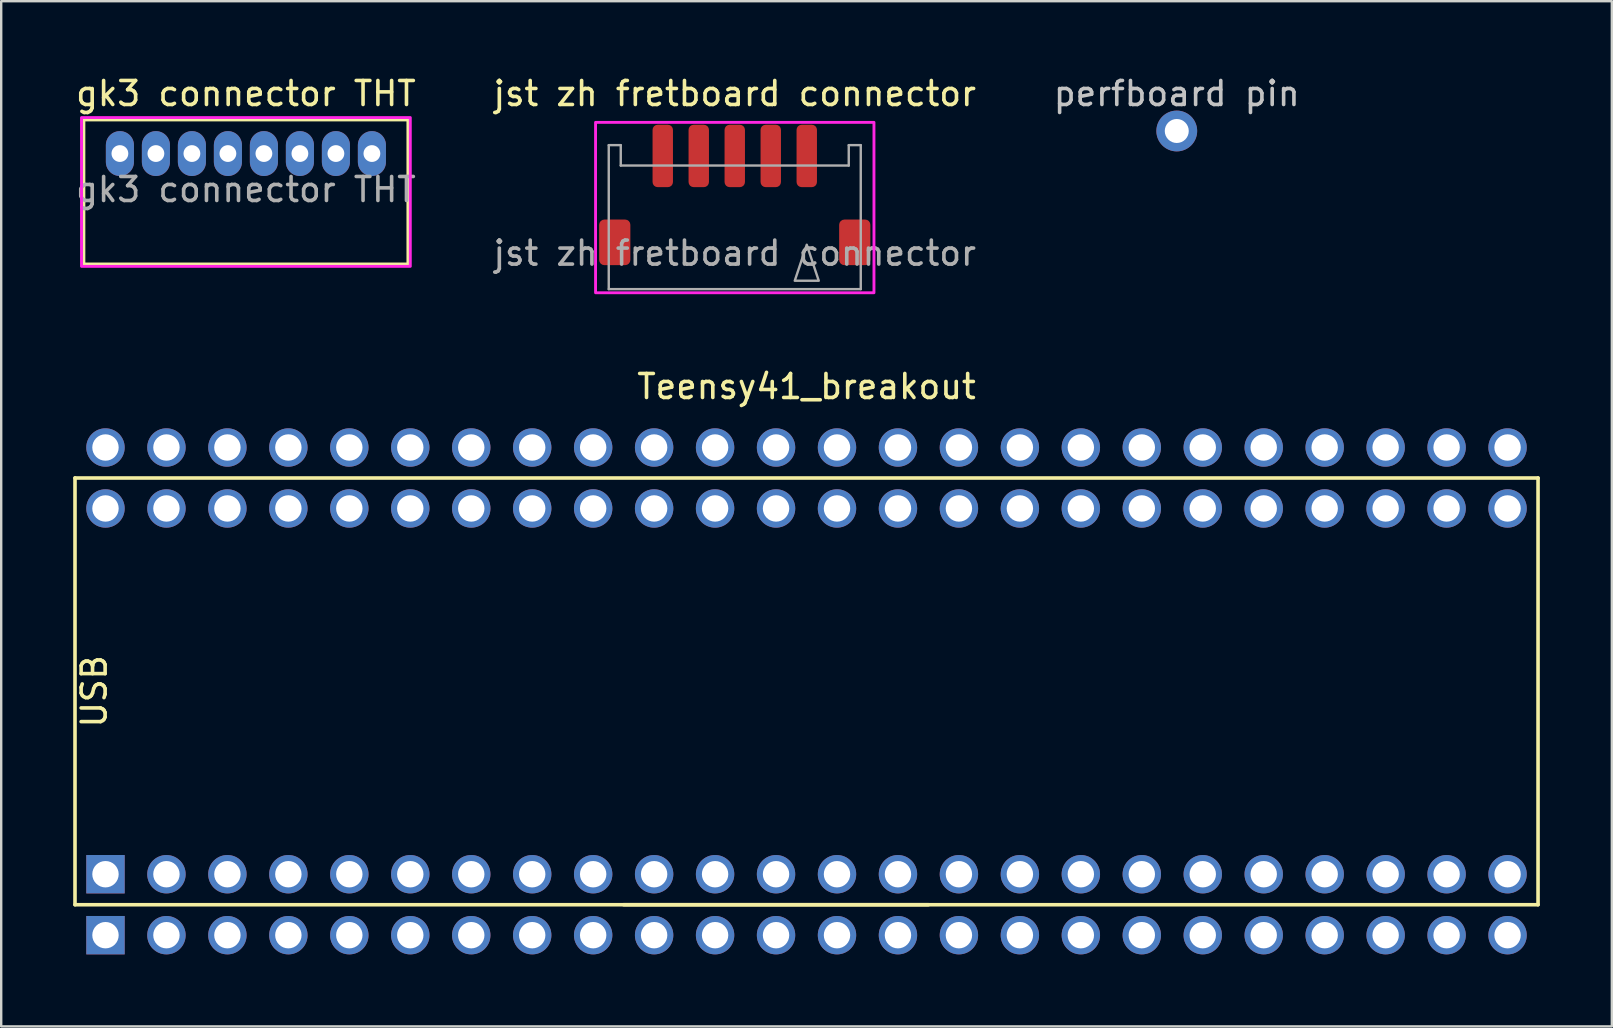
<source format=kicad_pcb>
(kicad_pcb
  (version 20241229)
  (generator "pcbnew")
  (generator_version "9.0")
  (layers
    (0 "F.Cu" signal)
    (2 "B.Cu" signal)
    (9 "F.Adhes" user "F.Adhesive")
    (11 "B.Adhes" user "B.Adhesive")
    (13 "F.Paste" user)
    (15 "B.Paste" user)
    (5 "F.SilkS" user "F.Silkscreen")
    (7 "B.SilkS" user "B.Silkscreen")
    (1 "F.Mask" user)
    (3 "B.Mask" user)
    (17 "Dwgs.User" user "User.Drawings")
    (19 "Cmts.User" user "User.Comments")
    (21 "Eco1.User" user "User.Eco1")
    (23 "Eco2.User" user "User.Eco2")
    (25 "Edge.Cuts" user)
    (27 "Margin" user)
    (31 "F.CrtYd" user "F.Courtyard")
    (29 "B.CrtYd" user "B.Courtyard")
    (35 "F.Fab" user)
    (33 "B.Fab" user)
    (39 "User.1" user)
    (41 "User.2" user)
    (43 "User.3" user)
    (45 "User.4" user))
  (footprint "jst zh fretboard connector"
    (layer "F.Cu")
    (at 27.565 5.648)
    (property "Reference" "jst zh fretboard connector" (at 0 -4.8 0) (layer "F.SilkS") (effects (font (size 1 1) (thickness 0.15))))
    (attr smd)
    (fp_rect (start -5.8 3.5) (end 5.8 -3.6) (stroke (width 0.12) (type default)) (fill no) (layer "F.CrtYd"))
    (fp_line (start -5.25 -2.65) (end -5.25 3.35) (stroke (width 0.1) (type default)) (layer "F.Fab"))
    (fp_line (start -5.25 3.35) (end 5.25 3.35) (stroke (width 0.1) (type default)) (layer "F.Fab"))
    (fp_line (start -4.75 -2.65) (end -5.25 -2.65) (stroke (width 0.1) (type default)) (layer "F.Fab"))
    (fp_line (start -4.75 -1.8) (end -4.75 -2.65) (stroke (width 0.1) (type default)) (layer "F.Fab"))
    (fp_line (start 4.75 -2.65) (end 4.75 -1.8) (stroke (width 0.1) (type default)) (layer "F.Fab"))
    (fp_line (start 4.75 -1.8) (end -4.75 -1.8) (stroke (width 0.1) (type default)) (layer "F.Fab"))
    (fp_line (start 5.25 -2.65) (end 4.75 -2.65) (stroke (width 0.1) (type default)) (layer "F.Fab"))
    (fp_line (start 5.25 3.35) (end 5.25 -2.65) (stroke (width 0.1) (type default)) (layer "F.Fab"))
    (fp_poly (pts (xy 3 1.5) (xy 2.5 3) (xy 3.5 3)) (stroke (width 0.1) (type solid)) (fill no) (layer "F.Fab"))
    (fp_text user "${REFERENCE}" (at 0 1.85 0) (layer "F.Fab") (effects (font (size 1 1) (thickness 0.15))))
    (pad "1" smd roundrect (at 3 -2.2) (size 0.85 2.6) (layers "F.Cu" "F.Mask" "F.Paste") (roundrect_rratio 0.25))
    (pad "2" smd roundrect (at 1.5 -2.2) (size 0.85 2.6) (layers "F.Cu" "F.Mask" "F.Paste") (roundrect_rratio 0.25))
    (pad "3" smd roundrect (at 0 -2.2) (size 0.85 2.6) (layers "F.Cu" "F.Mask" "F.Paste") (roundrect_rratio 0.25))
    (pad "4" smd roundrect (at -1.5 -2.2) (size 0.85 2.6) (layers "F.Cu" "F.Mask" "F.Paste") (roundrect_rratio 0.25))
    (pad "5" smd roundrect (at -3 -2.2) (size 0.85 2.6) (layers "F.Cu" "F.Mask" "F.Paste") (roundrect_rratio 0.25))
    (pad "6" smd roundrect (at -5 1.4) (size 1.3 1.9) (layers "F.Cu" "F.Mask" "F.Paste") (roundrect_rratio 0.167))
    (pad "6" smd roundrect (at 5 1.4) (size 1.3 1.9) (layers "F.Cu" "F.Mask" "F.Paste") (roundrect_rratio 0.167)))
  (footprint "gk3 connector THT"
    (layer "F.Cu")
    (at 1.946 3.348)
    (property "Reference" "gk3 connector THT" (at 5.25 -2.5 0) (layer "F.SilkS") (effects (font (size 1 1) (thickness 0.15))))
    (attr through_hole)
    (fp_rect (start -1.5 -1.4) (end 12 4.6) (stroke (width 0.12) (type default)) (fill no) (layer "F.SilkS"))
    (fp_rect (start -1.6 -1.5) (end 12.1 4.7) (stroke (width 0.12) (type default)) (fill no) (layer "F.CrtYd"))
    (fp_text user "${REFERENCE}" (at 5.25 1.5 0) (layer "F.Fab") (effects (font (size 1 1) (thickness 0.15))))
    (pad "1" thru_hole oval (at 0 0) (size 1.17 1.87) (drill 0.7) (layers "*.Cu" "*.Mask"))
    (pad "2" thru_hole oval (at 1.5 0) (size 1.17 1.87) (drill 0.7) (layers "*.Cu" "*.Mask"))
    (pad "3" thru_hole oval (at 3 0) (size 1.17 1.87) (drill 0.7) (layers "*.Cu" "*.Mask"))
    (pad "4" thru_hole oval (at 4.5 0) (size 1.17 1.87) (drill 0.7) (layers "*.Cu" "*.Mask"))
    (pad "5" thru_hole oval (at 6 0) (size 1.17 1.87) (drill 0.7) (layers "*.Cu" "*.Mask"))
    (pad "6" thru_hole oval (at 7.5 0) (size 1.17 1.87) (drill 0.7) (layers "*.Cu" "*.Mask"))
    (pad "7" thru_hole oval (at 9 0) (size 1.17 1.87) (drill 0.7) (layers "*.Cu" "*.Mask"))
    (pad "8" thru_hole oval (at 10.5 0) (size 1.17 1.87) (drill 0.7) (layers "*.Cu" "*.Mask")))
  (footprint "Teensy41_breakout"
    (layer "F.Cu")
    (at 30.555 25.756)
    (property "Reference" "Teensy41_breakout" (at 0 -12.7 0) (layer "F.SilkS") (effects (font (size 1 1) (thickness 0.15))))
    (attr through_hole)
    (fp_line (start -30.48 -8.89) (end 30.48 -8.89) (stroke (width 0.15) (type solid)) (layer "F.SilkS"))
    (fp_line (start -30.48 8.89) (end -30.48 -8.89) (stroke (width 0.15) (type solid)) (layer "F.SilkS"))
    (fp_line (start -7.62 8.89) (end 5.08 8.89) (stroke (width 0.15) (type solid)) (layer "F.SilkS"))
    (fp_line (start 30.48 -8.89) (end 30.48 8.89) (stroke (width 0.15) (type solid)) (layer "F.SilkS"))
    (fp_line (start 30.48 8.89) (end -30.48 8.89) (stroke (width 0.15) (type solid)) (layer "F.SilkS"))
    (fp_text user "USB" (at -29.68 0 270) (layer "F.SilkS") (effects (font (size 1 1) (thickness 0.15))))
    (pad "1" thru_hole rect (at -29.21 7.62) (size 1.6 1.6) (drill 1.1) (layers "*.Cu" "*.Mask"))
    (pad "1" thru_hole rect (at -29.21 10.16) (size 1.6 1.6) (drill 1.1) (layers "*.Cu" "*.Mask"))
    (pad "2" thru_hole circle (at -26.67 7.62) (size 1.6 1.6) (drill 1.1) (layers "*.Cu" "*.Mask"))
    (pad "2" thru_hole circle (at -26.67 10.16) (size 1.6 1.6) (drill 1.1) (layers "*.Cu" "*.Mask"))
    (pad "3" thru_hole circle (at -24.13 7.62) (size 1.6 1.6) (drill 1.1) (layers "*.Cu" "*.Mask"))
    (pad "3" thru_hole circle (at -24.13 10.16) (size 1.6 1.6) (drill 1.1) (layers "*.Cu" "*.Mask"))
    (pad "4" thru_hole circle (at -21.59 7.62) (size 1.6 1.6) (drill 1.1) (layers "*.Cu" "*.Mask"))
    (pad "4" thru_hole circle (at -21.59 10.16) (size 1.6 1.6) (drill 1.1) (layers "*.Cu" "*.Mask"))
    (pad "5" thru_hole circle (at -19.05 7.62) (size 1.6 1.6) (drill 1.1) (layers "*.Cu" "*.Mask"))
    (pad "5" thru_hole circle (at -19.05 10.16) (size 1.6 1.6) (drill 1.1) (layers "*.Cu" "*.Mask"))
    (pad "6" thru_hole circle (at -16.51 7.62) (size 1.6 1.6) (drill 1.1) (layers "*.Cu" "*.Mask"))
    (pad "6" thru_hole circle (at -16.51 10.16) (size 1.6 1.6) (drill 1.1) (layers "*.Cu" "*.Mask"))
    (pad "7" thru_hole circle (at -13.97 7.62) (size 1.6 1.6) (drill 1.1) (layers "*.Cu" "*.Mask"))
    (pad "7" thru_hole circle (at -13.97 10.16) (size 1.6 1.6) (drill 1.1) (layers "*.Cu" "*.Mask"))
    (pad "8" thru_hole circle (at -11.43 7.62) (size 1.6 1.6) (drill 1.1) (layers "*.Cu" "*.Mask"))
    (pad "8" thru_hole circle (at -11.43 10.16) (size 1.6 1.6) (drill 1.1) (layers "*.Cu" "*.Mask"))
    (pad "9" thru_hole circle (at -8.89 7.62) (size 1.6 1.6) (drill 1.1) (layers "*.Cu" "*.Mask"))
    (pad "9" thru_hole circle (at -8.89 10.16) (size 1.6 1.6) (drill 1.1) (layers "*.Cu" "*.Mask"))
    (pad "10" thru_hole circle (at -6.35 7.62) (size 1.6 1.6) (drill 1.1) (layers "*.Cu" "*.Mask"))
    (pad "10" thru_hole circle (at -6.35 10.16) (size 1.6 1.6) (drill 1.1) (layers "*.Cu" "*.Mask"))
    (pad "11" thru_hole circle (at -3.81 7.62) (size 1.6 1.6) (drill 1.1) (layers "*.Cu" "*.Mask"))
    (pad "11" thru_hole circle (at -3.81 10.16) (size 1.6 1.6) (drill 1.1) (layers "*.Cu" "*.Mask"))
    (pad "12" thru_hole circle (at -1.27 7.62) (size 1.6 1.6) (drill 1.1) (layers "*.Cu" "*.Mask"))
    (pad "12" thru_hole circle (at -1.27 10.16) (size 1.6 1.6) (drill 1.1) (layers "*.Cu" "*.Mask"))
    (pad "13" thru_hole circle (at 1.27 7.62) (size 1.6 1.6) (drill 1.1) (layers "*.Cu" "*.Mask"))
    (pad "13" thru_hole circle (at 1.27 10.16) (size 1.6 1.6) (drill 1.1) (layers "*.Cu" "*.Mask"))
    (pad "14" thru_hole circle (at 3.81 7.62) (size 1.6 1.6) (drill 1.1) (layers "*.Cu" "*.Mask"))
    (pad "14" thru_hole circle (at 3.81 10.16) (size 1.6 1.6) (drill 1.1) (layers "*.Cu" "*.Mask"))
    (pad "15" thru_hole circle (at 6.35 7.62) (size 1.6 1.6) (drill 1.1) (layers "*.Cu" "*.Mask"))
    (pad "15" thru_hole circle (at 6.35 10.16) (size 1.6 1.6) (drill 1.1) (layers "*.Cu" "*.Mask"))
    (pad "16" thru_hole circle (at 8.89 7.62) (size 1.6 1.6) (drill 1.1) (layers "*.Cu" "*.Mask"))
    (pad "16" thru_hole circle (at 8.89 10.16) (size 1.6 1.6) (drill 1.1) (layers "*.Cu" "*.Mask"))
    (pad "17" thru_hole circle (at 11.43 7.62) (size 1.6 1.6) (drill 1.1) (layers "*.Cu" "*.Mask"))
    (pad "17" thru_hole circle (at 11.43 10.16) (size 1.6 1.6) (drill 1.1) (layers "*.Cu" "*.Mask"))
    (pad "18" thru_hole circle (at 13.97 7.62) (size 1.6 1.6) (drill 1.1) (layers "*.Cu" "*.Mask"))
    (pad "18" thru_hole circle (at 13.97 10.16) (size 1.6 1.6) (drill 1.1) (layers "*.Cu" "*.Mask"))
    (pad "19" thru_hole circle (at 16.51 7.62) (size 1.6 1.6) (drill 1.1) (layers "*.Cu" "*.Mask"))
    (pad "19" thru_hole circle (at 16.51 10.16) (size 1.6 1.6) (drill 1.1) (layers "*.Cu" "*.Mask"))
    (pad "20" thru_hole circle (at 19.05 7.62) (size 1.6 1.6) (drill 1.1) (layers "*.Cu" "*.Mask"))
    (pad "20" thru_hole circle (at 19.05 10.16) (size 1.6 1.6) (drill 1.1) (layers "*.Cu" "*.Mask"))
    (pad "21" thru_hole circle (at 21.59 7.62) (size 1.6 1.6) (drill 1.1) (layers "*.Cu" "*.Mask"))
    (pad "21" thru_hole circle (at 21.59 10.16) (size 1.6 1.6) (drill 1.1) (layers "*.Cu" "*.Mask"))
    (pad "22" thru_hole circle (at 24.13 7.62) (size 1.6 1.6) (drill 1.1) (layers "*.Cu" "*.Mask"))
    (pad "22" thru_hole circle (at 24.13 10.16) (size 1.6 1.6) (drill 1.1) (layers "*.Cu" "*.Mask"))
    (pad "23" thru_hole circle (at 26.67 7.62) (size 1.6 1.6) (drill 1.1) (layers "*.Cu" "*.Mask"))
    (pad "23" thru_hole circle (at 26.67 10.16) (size 1.6 1.6) (drill 1.1) (layers "*.Cu" "*.Mask"))
    (pad "24" thru_hole circle (at 29.21 7.62) (size 1.6 1.6) (drill 1.1) (layers "*.Cu" "*.Mask"))
    (pad "24" thru_hole circle (at 29.21 10.16) (size 1.6 1.6) (drill 1.1) (layers "*.Cu" "*.Mask"))
    (pad "25" thru_hole circle (at 29.21 -10.16) (size 1.6 1.6) (drill 1.1) (layers "*.Cu" "*.Mask"))
    (pad "25" thru_hole circle (at 29.21 -7.62) (size 1.6 1.6) (drill 1.1) (layers "*.Cu" "*.Mask"))
    (pad "26" thru_hole circle (at 26.67 -10.16) (size 1.6 1.6) (drill 1.1) (layers "*.Cu" "*.Mask"))
    (pad "26" thru_hole circle (at 26.67 -7.62) (size 1.6 1.6) (drill 1.1) (layers "*.Cu" "*.Mask"))
    (pad "27" thru_hole circle (at 24.13 -10.16) (size 1.6 1.6) (drill 1.1) (layers "*.Cu" "*.Mask"))
    (pad "27" thru_hole circle (at 24.13 -7.62) (size 1.6 1.6) (drill 1.1) (layers "*.Cu" "*.Mask"))
    (pad "28" thru_hole circle (at 21.59 -10.16) (size 1.6 1.6) (drill 1.1) (layers "*.Cu" "*.Mask"))
    (pad "28" thru_hole circle (at 21.59 -7.62) (size 1.6 1.6) (drill 1.1) (layers "*.Cu" "*.Mask"))
    (pad "29" thru_hole circle (at 19.05 -10.16) (size 1.6 1.6) (drill 1.1) (layers "*.Cu" "*.Mask"))
    (pad "29" thru_hole circle (at 19.05 -7.62) (size 1.6 1.6) (drill 1.1) (layers "*.Cu" "*.Mask"))
    (pad "30" thru_hole circle (at 16.51 -10.16) (size 1.6 1.6) (drill 1.1) (layers "*.Cu" "*.Mask"))
    (pad "30" thru_hole circle (at 16.51 -7.62) (size 1.6 1.6) (drill 1.1) (layers "*.Cu" "*.Mask"))
    (pad "31" thru_hole circle (at 13.97 -10.16) (size 1.6 1.6) (drill 1.1) (layers "*.Cu" "*.Mask"))
    (pad "31" thru_hole circle (at 13.97 -7.62) (size 1.6 1.6) (drill 1.1) (layers "*.Cu" "*.Mask"))
    (pad "32" thru_hole circle (at 11.43 -10.16) (size 1.6 1.6) (drill 1.1) (layers "*.Cu" "*.Mask"))
    (pad "32" thru_hole circle (at 11.43 -7.62) (size 1.6 1.6) (drill 1.1) (layers "*.Cu" "*.Mask"))
    (pad "33" thru_hole circle (at 8.89 -10.16) (size 1.6 1.6) (drill 1.1) (layers "*.Cu" "*.Mask"))
    (pad "33" thru_hole circle (at 8.89 -7.62) (size 1.6 1.6) (drill 1.1) (layers "*.Cu" "*.Mask"))
    (pad "34" thru_hole circle (at 6.35 -10.16) (size 1.6 1.6) (drill 1.1) (layers "*.Cu" "*.Mask"))
    (pad "34" thru_hole circle (at 6.35 -7.62) (size 1.6 1.6) (drill 1.1) (layers "*.Cu" "*.Mask"))
    (pad "35" thru_hole circle (at 3.81 -10.16) (size 1.6 1.6) (drill 1.1) (layers "*.Cu" "*.Mask"))
    (pad "35" thru_hole circle (at 3.81 -7.62) (size 1.6 1.6) (drill 1.1) (layers "*.Cu" "*.Mask"))
    (pad "36" thru_hole circle (at 1.27 -10.16) (size 1.6 1.6) (drill 1.1) (layers "*.Cu" "*.Mask"))
    (pad "36" thru_hole circle (at 1.27 -7.62) (size 1.6 1.6) (drill 1.1) (layers "*.Cu" "*.Mask"))
    (pad "37" thru_hole circle (at -1.27 -10.16) (size 1.6 1.6) (drill 1.1) (layers "*.Cu" "*.Mask"))
    (pad "37" thru_hole circle (at -1.27 -7.62) (size 1.6 1.6) (drill 1.1) (layers "*.Cu" "*.Mask"))
    (pad "38" thru_hole circle (at -3.81 -10.16) (size 1.6 1.6) (drill 1.1) (layers "*.Cu" "*.Mask"))
    (pad "38" thru_hole circle (at -3.81 -7.62) (size 1.6 1.6) (drill 1.1) (layers "*.Cu" "*.Mask"))
    (pad "39" thru_hole circle (at -6.35 -10.16) (size 1.6 1.6) (drill 1.1) (layers "*.Cu" "*.Mask"))
    (pad "39" thru_hole circle (at -6.35 -7.62) (size 1.6 1.6) (drill 1.1) (layers "*.Cu" "*.Mask"))
    (pad "40" thru_hole circle (at -8.89 -10.16) (size 1.6 1.6) (drill 1.1) (layers "*.Cu" "*.Mask"))
    (pad "40" thru_hole circle (at -8.89 -7.62) (size 1.6 1.6) (drill 1.1) (layers "*.Cu" "*.Mask"))
    (pad "41" thru_hole circle (at -11.43 -10.16) (size 1.6 1.6) (drill 1.1) (layers "*.Cu" "*.Mask"))
    (pad "41" thru_hole circle (at -11.43 -7.62) (size 1.6 1.6) (drill 1.1) (layers "*.Cu" "*.Mask"))
    (pad "42" thru_hole circle (at -13.97 -10.16) (size 1.6 1.6) (drill 1.1) (layers "*.Cu" "*.Mask"))
    (pad "42" thru_hole circle (at -13.97 -7.62) (size 1.6 1.6) (drill 1.1) (layers "*.Cu" "*.Mask"))
    (pad "43" thru_hole circle (at -16.51 -10.16) (size 1.6 1.6) (drill 1.1) (layers "*.Cu" "*.Mask"))
    (pad "43" thru_hole circle (at -16.51 -7.62) (size 1.6 1.6) (drill 1.1) (layers "*.Cu" "*.Mask"))
    (pad "44" thru_hole circle (at -19.05 -10.16) (size 1.6 1.6) (drill 1.1) (layers "*.Cu" "*.Mask"))
    (pad "44" thru_hole circle (at -19.05 -7.62) (size 1.6 1.6) (drill 1.1) (layers "*.Cu" "*.Mask"))
    (pad "45" thru_hole circle (at -21.59 -10.16) (size 1.6 1.6) (drill 1.1) (layers "*.Cu" "*.Mask"))
    (pad "45" thru_hole circle (at -21.59 -7.62) (size 1.6 1.6) (drill 1.1) (layers "*.Cu" "*.Mask"))
    (pad "46" thru_hole circle (at -24.13 -10.16) (size 1.6 1.6) (drill 1.1) (layers "*.Cu" "*.Mask"))
    (pad "46" thru_hole circle (at -24.13 -7.62) (size 1.6 1.6) (drill 1.1) (layers "*.Cu" "*.Mask"))
    (pad "47" thru_hole circle (at -26.67 -10.16) (size 1.6 1.6) (drill 1.1) (layers "*.Cu" "*.Mask"))
    (pad "47" thru_hole circle (at -26.67 -7.62) (size 1.6 1.6) (drill 1.1) (layers "*.Cu" "*.Mask"))
    (pad "48" thru_hole circle (at -29.21 -10.16) (size 1.6 1.6) (drill 1.1) (layers "*.Cu" "*.Mask"))
    (pad "48" thru_hole circle (at -29.21 -7.62) (size 1.6 1.6) (drill 1.1) (layers "*.Cu" "*.Mask")))
  (footprint "perfboard pin"
    (layer "F.Cu")
    (at 45.982 2.408)
    (property "Reference" "perfboard pin" (at 0 -1.56 0) (layer "Dwgs.User") (effects (font (size 1 1) (thickness 0.15))))
    (attr through_hole)
    (pad "1" thru_hole oval (at 0 0) (size 1.7 1.7) (drill 1) (layers "*.Cu" "*.Mask")))
  (gr_rect
    (start -3 -3)
    (end 64.11 39.717)
    (stroke (width 0.1) (type default))
    (fill no)
    (layer "Edge.Cuts")))
</source>
